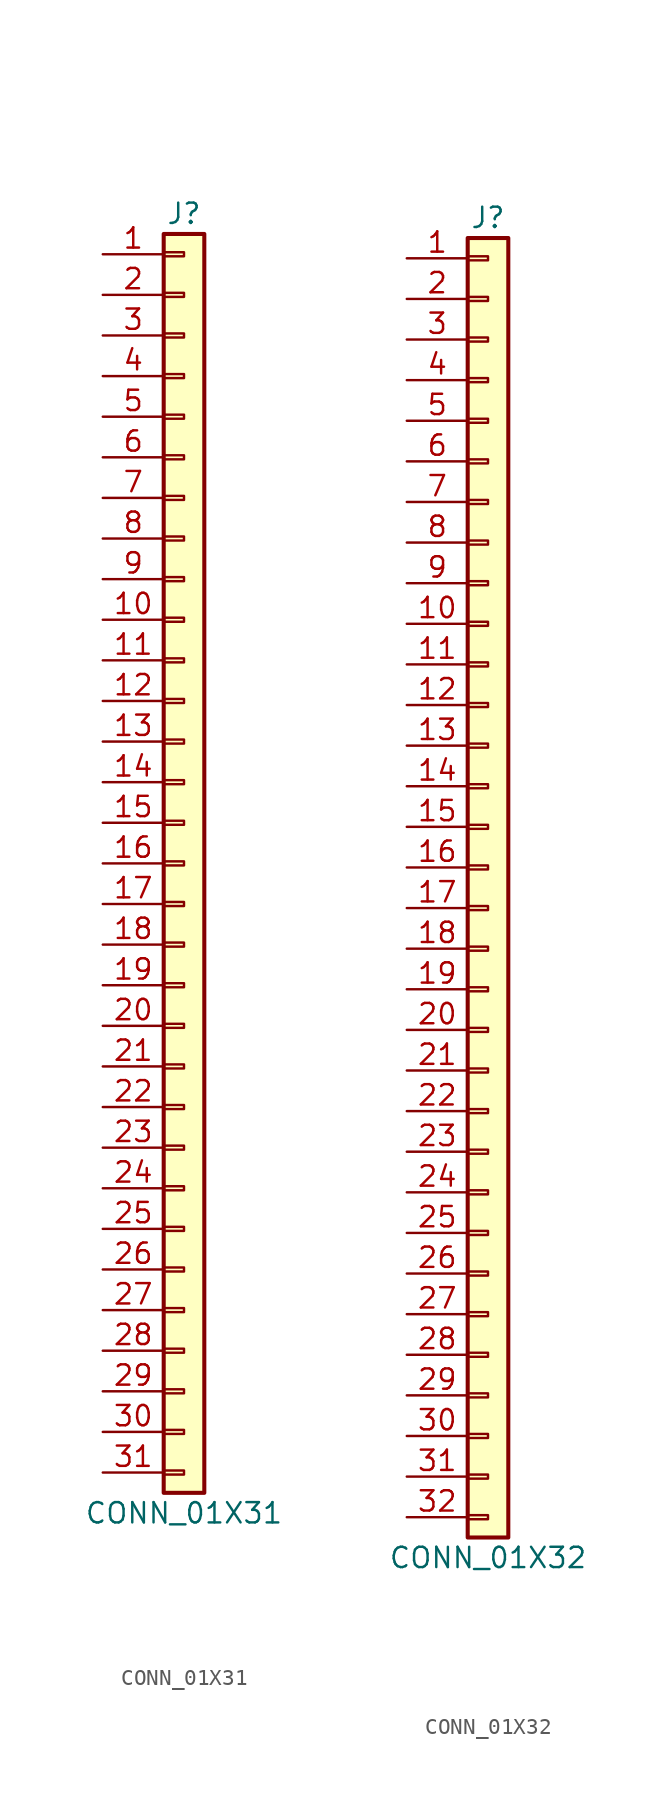
<source format=kicad_sym>
(kicad_symbol_lib
  (version 20211014)
  (generator kicad_symbol_editor)
  (symbol "CONN_01X31"
    (pin_names
      (offset 1.016) hide)
    (property "Reference" "J"
      (at 0 40.64 0)
      (effects (font (size 1.27 1.27))))
    (property "Value" "CONN_01X31"
      (at 0 -40.64 0)
      (effects (font (size 1.27 1.27))))
    (symbol "CONN_01X31_1_1"
      (rectangle (start -1.27 -37.973) (end 0 -38.227) (stroke (width 0.152) (type default) (color 0 0 0 0)) (fill (type none)))
      (rectangle (start -1.27 -35.433) (end 0 -35.687) (stroke (width 0.152) (type default) (color 0 0 0 0)) (fill (type none)))
      (rectangle (start -1.27 -32.893) (end 0 -33.147) (stroke (width 0.152) (type default) (color 0 0 0 0)) (fill (type none)))
      (rectangle (start -1.27 -30.353) (end 0 -30.607) (stroke (width 0.152) (type default) (color 0 0 0 0)) (fill (type none)))
      (rectangle (start -1.27 -27.813) (end 0 -28.067) (stroke (width 0.152) (type default) (color 0 0 0 0)) (fill (type none)))
      (rectangle (start -1.27 -25.273) (end 0 -25.527) (stroke (width 0.152) (type default) (color 0 0 0 0)) (fill (type none)))
      (rectangle (start -1.27 -22.733) (end 0 -22.987) (stroke (width 0.152) (type default) (color 0 0 0 0)) (fill (type none)))
      (rectangle (start -1.27 -20.193) (end 0 -20.447) (stroke (width 0.152) (type default) (color 0 0 0 0)) (fill (type none)))
      (rectangle (start -1.27 -17.653) (end 0 -17.907) (stroke (width 0.152) (type default) (color 0 0 0 0)) (fill (type none)))
      (rectangle (start -1.27 -15.113) (end 0 -15.367) (stroke (width 0.152) (type default) (color 0 0 0 0)) (fill (type none)))
      (rectangle (start -1.27 -12.573) (end 0 -12.827) (stroke (width 0.152) (type default) (color 0 0 0 0)) (fill (type none)))
      (rectangle (start -1.27 -10.033) (end 0 -10.287) (stroke (width 0.152) (type default) (color 0 0 0 0)) (fill (type none)))
      (rectangle (start -1.27 -7.493) (end 0 -7.747) (stroke (width 0.152) (type default) (color 0 0 0 0)) (fill (type none)))
      (rectangle (start -1.27 -4.953) (end 0 -5.207) (stroke (width 0.152) (type default) (color 0 0 0 0)) (fill (type none)))
      (rectangle (start -1.27 -2.413) (end 0 -2.667) (stroke (width 0.152) (type default) (color 0 0 0 0)) (fill (type none)))
      (rectangle (start -1.27 0.127) (end 0 -0.127) (stroke (width 0.152) (type default) (color 0 0 0 0)) (fill (type none)))
      (rectangle (start -1.27 2.667) (end 0 2.413) (stroke (width 0.152) (type default) (color 0 0 0 0)) (fill (type none)))
      (rectangle (start -1.27 5.207) (end 0 4.953) (stroke (width 0.152) (type default) (color 0 0 0 0)) (fill (type none)))
      (rectangle (start -1.27 7.747) (end 0 7.493) (stroke (width 0.152) (type default) (color 0 0 0 0)) (fill (type none)))
      (rectangle (start -1.27 10.287) (end 0 10.033) (stroke (width 0.152) (type default) (color 0 0 0 0)) (fill (type none)))
      (rectangle (start -1.27 12.827) (end 0 12.573) (stroke (width 0.152) (type default) (color 0 0 0 0)) (fill (type none)))
      (rectangle (start -1.27 15.367) (end 0 15.113) (stroke (width 0.152) (type default) (color 0 0 0 0)) (fill (type none)))
      (rectangle (start -1.27 17.907) (end 0 17.653) (stroke (width 0.152) (type default) (color 0 0 0 0)) (fill (type none)))
      (rectangle (start -1.27 20.447) (end 0 20.193) (stroke (width 0.152) (type default) (color 0 0 0 0)) (fill (type none)))
      (rectangle (start -1.27 22.987) (end 0 22.733) (stroke (width 0.152) (type default) (color 0 0 0 0)) (fill (type none)))
      (rectangle (start -1.27 25.527) (end 0 25.273) (stroke (width 0.152) (type default) (color 0 0 0 0)) (fill (type none)))
      (rectangle (start -1.27 28.067) (end 0 27.813) (stroke (width 0.152) (type default) (color 0 0 0 0)) (fill (type none)))
      (rectangle (start -1.27 30.607) (end 0 30.353) (stroke (width 0.152) (type default) (color 0 0 0 0)) (fill (type none)))
      (rectangle (start -1.27 33.147) (end 0 32.893) (stroke (width 0.152) (type default) (color 0 0 0 0)) (fill (type none)))
      (rectangle (start -1.27 35.687) (end 0 35.433) (stroke (width 0.152) (type default) (color 0 0 0 0)) (fill (type none)))
      (rectangle (start -1.27 38.227) (end 0 37.973) (stroke (width 0.152) (type default) (color 0 0 0 0)) (fill (type none)))
      (rectangle (start -1.27 39.37) (end 1.27 -39.37) (stroke (width 0.254) (type default) (color 0 0 0 0)) (fill (type background)))
      (pin passive line (at -5.08 38.1 0) (length 3.81) (name "Pin_1" (effects (font (size 1.27 1.27)))) (number "1" (effects (font (size 1.27 1.27)))))
      (pin passive line (at -5.08 15.24 0) (length 3.81) (name "Pin_10" (effects (font (size 1.27 1.27)))) (number "10" (effects (font (size 1.27 1.27)))))
      (pin passive line (at -5.08 12.7 0) (length 3.81) (name "Pin_11" (effects (font (size 1.27 1.27)))) (number "11" (effects (font (size 1.27 1.27)))))
      (pin passive line (at -5.08 10.16 0) (length 3.81) (name "Pin_12" (effects (font (size 1.27 1.27)))) (number "12" (effects (font (size 1.27 1.27)))))
      (pin passive line (at -5.08 7.62 0) (length 3.81) (name "Pin_13" (effects (font (size 1.27 1.27)))) (number "13" (effects (font (size 1.27 1.27)))))
      (pin passive line (at -5.08 5.08 0) (length 3.81) (name "Pin_14" (effects (font (size 1.27 1.27)))) (number "14" (effects (font (size 1.27 1.27)))))
      (pin passive line (at -5.08 2.54 0) (length 3.81) (name "Pin_15" (effects (font (size 1.27 1.27)))) (number "15" (effects (font (size 1.27 1.27)))))
      (pin passive line (at -5.08 0 0) (length 3.81) (name "Pin_16" (effects (font (size 1.27 1.27)))) (number "16" (effects (font (size 1.27 1.27)))))
      (pin passive line (at -5.08 -2.54 0) (length 3.81) (name "Pin_17" (effects (font (size 1.27 1.27)))) (number "17" (effects (font (size 1.27 1.27)))))
      (pin passive line (at -5.08 -5.08 0) (length 3.81) (name "Pin_18" (effects (font (size 1.27 1.27)))) (number "18" (effects (font (size 1.27 1.27)))))
      (pin passive line (at -5.08 -7.62 0) (length 3.81) (name "Pin_19" (effects (font (size 1.27 1.27)))) (number "19" (effects (font (size 1.27 1.27)))))
      (pin passive line (at -5.08 35.56 0) (length 3.81) (name "Pin_2" (effects (font (size 1.27 1.27)))) (number "2" (effects (font (size 1.27 1.27)))))
      (pin passive line (at -5.08 -10.16 0) (length 3.81) (name "Pin_20" (effects (font (size 1.27 1.27)))) (number "20" (effects (font (size 1.27 1.27)))))
      (pin passive line (at -5.08 -12.7 0) (length 3.81) (name "Pin_21" (effects (font (size 1.27 1.27)))) (number "21" (effects (font (size 1.27 1.27)))))
      (pin passive line (at -5.08 -15.24 0) (length 3.81) (name "Pin_22" (effects (font (size 1.27 1.27)))) (number "22" (effects (font (size 1.27 1.27)))))
      (pin passive line (at -5.08 -17.78 0) (length 3.81) (name "Pin_23" (effects (font (size 1.27 1.27)))) (number "23" (effects (font (size 1.27 1.27)))))
      (pin passive line (at -5.08 -20.32 0) (length 3.81) (name "Pin_24" (effects (font (size 1.27 1.27)))) (number "24" (effects (font (size 1.27 1.27)))))
      (pin passive line (at -5.08 -22.86 0) (length 3.81) (name "Pin_25" (effects (font (size 1.27 1.27)))) (number "25" (effects (font (size 1.27 1.27)))))
      (pin passive line (at -5.08 -25.4 0) (length 3.81) (name "Pin_26" (effects (font (size 1.27 1.27)))) (number "26" (effects (font (size 1.27 1.27)))))
      (pin passive line (at -5.08 -27.94 0) (length 3.81) (name "Pin_27" (effects (font (size 1.27 1.27)))) (number "27" (effects (font (size 1.27 1.27)))))
      (pin passive line (at -5.08 -30.48 0) (length 3.81) (name "Pin_28" (effects (font (size 1.27 1.27)))) (number "28" (effects (font (size 1.27 1.27)))))
      (pin passive line (at -5.08 -33.02 0) (length 3.81) (name "Pin_29" (effects (font (size 1.27 1.27)))) (number "29" (effects (font (size 1.27 1.27)))))
      (pin passive line (at -5.08 33.02 0) (length 3.81) (name "Pin_3" (effects (font (size 1.27 1.27)))) (number "3" (effects (font (size 1.27 1.27)))))
      (pin passive line (at -5.08 -35.56 0) (length 3.81) (name "Pin_30" (effects (font (size 1.27 1.27)))) (number "30" (effects (font (size 1.27 1.27)))))
      (pin passive line (at -5.08 -38.1 0) (length 3.81) (name "Pin_31" (effects (font (size 1.27 1.27)))) (number "31" (effects (font (size 1.27 1.27)))))
      (pin passive line (at -5.08 30.48 0) (length 3.81) (name "Pin_4" (effects (font (size 1.27 1.27)))) (number "4" (effects (font (size 1.27 1.27)))))
      (pin passive line (at -5.08 27.94 0) (length 3.81) (name "Pin_5" (effects (font (size 1.27 1.27)))) (number "5" (effects (font (size 1.27 1.27)))))
      (pin passive line (at -5.08 25.4 0) (length 3.81) (name "Pin_6" (effects (font (size 1.27 1.27)))) (number "6" (effects (font (size 1.27 1.27)))))
      (pin passive line (at -5.08 22.86 0) (length 3.81) (name "Pin_7" (effects (font (size 1.27 1.27)))) (number "7" (effects (font (size 1.27 1.27)))))
      (pin passive line (at -5.08 20.32 0) (length 3.81) (name "Pin_8" (effects (font (size 1.27 1.27)))) (number "8" (effects (font (size 1.27 1.27)))))
      (pin passive line (at -5.08 17.78 0) (length 3.81) (name "Pin_9" (effects (font (size 1.27 1.27)))) (number "9" (effects (font (size 1.27 1.27)))))))
  (symbol "CONN_01X32"
    (pin_names
      (offset 1.016) hide)
    (property "Reference" "J"
      (at 0 40.64 0)
      (effects (font (size 1.27 1.27))))
    (property "Value" "CONN_01X32"
      (at 0 -43.18 0)
      (effects (font (size 1.27 1.27))))
    (symbol "CONN_01X32_1_1"
      (rectangle (start -1.27 -40.513) (end 0 -40.767) (stroke (width 0.152) (type default) (color 0 0 0 0)) (fill (type none)))
      (rectangle (start -1.27 -37.973) (end 0 -38.227) (stroke (width 0.152) (type default) (color 0 0 0 0)) (fill (type none)))
      (rectangle (start -1.27 -35.433) (end 0 -35.687) (stroke (width 0.152) (type default) (color 0 0 0 0)) (fill (type none)))
      (rectangle (start -1.27 -32.893) (end 0 -33.147) (stroke (width 0.152) (type default) (color 0 0 0 0)) (fill (type none)))
      (rectangle (start -1.27 -30.353) (end 0 -30.607) (stroke (width 0.152) (type default) (color 0 0 0 0)) (fill (type none)))
      (rectangle (start -1.27 -27.813) (end 0 -28.067) (stroke (width 0.152) (type default) (color 0 0 0 0)) (fill (type none)))
      (rectangle (start -1.27 -25.273) (end 0 -25.527) (stroke (width 0.152) (type default) (color 0 0 0 0)) (fill (type none)))
      (rectangle (start -1.27 -22.733) (end 0 -22.987) (stroke (width 0.152) (type default) (color 0 0 0 0)) (fill (type none)))
      (rectangle (start -1.27 -20.193) (end 0 -20.447) (stroke (width 0.152) (type default) (color 0 0 0 0)) (fill (type none)))
      (rectangle (start -1.27 -17.653) (end 0 -17.907) (stroke (width 0.152) (type default) (color 0 0 0 0)) (fill (type none)))
      (rectangle (start -1.27 -15.113) (end 0 -15.367) (stroke (width 0.152) (type default) (color 0 0 0 0)) (fill (type none)))
      (rectangle (start -1.27 -12.573) (end 0 -12.827) (stroke (width 0.152) (type default) (color 0 0 0 0)) (fill (type none)))
      (rectangle (start -1.27 -10.033) (end 0 -10.287) (stroke (width 0.152) (type default) (color 0 0 0 0)) (fill (type none)))
      (rectangle (start -1.27 -7.493) (end 0 -7.747) (stroke (width 0.152) (type default) (color 0 0 0 0)) (fill (type none)))
      (rectangle (start -1.27 -4.953) (end 0 -5.207) (stroke (width 0.152) (type default) (color 0 0 0 0)) (fill (type none)))
      (rectangle (start -1.27 -2.413) (end 0 -2.667) (stroke (width 0.152) (type default) (color 0 0 0 0)) (fill (type none)))
      (rectangle (start -1.27 0.127) (end 0 -0.127) (stroke (width 0.152) (type default) (color 0 0 0 0)) (fill (type none)))
      (rectangle (start -1.27 2.667) (end 0 2.413) (stroke (width 0.152) (type default) (color 0 0 0 0)) (fill (type none)))
      (rectangle (start -1.27 5.207) (end 0 4.953) (stroke (width 0.152) (type default) (color 0 0 0 0)) (fill (type none)))
      (rectangle (start -1.27 7.747) (end 0 7.493) (stroke (width 0.152) (type default) (color 0 0 0 0)) (fill (type none)))
      (rectangle (start -1.27 10.287) (end 0 10.033) (stroke (width 0.152) (type default) (color 0 0 0 0)) (fill (type none)))
      (rectangle (start -1.27 12.827) (end 0 12.573) (stroke (width 0.152) (type default) (color 0 0 0 0)) (fill (type none)))
      (rectangle (start -1.27 15.367) (end 0 15.113) (stroke (width 0.152) (type default) (color 0 0 0 0)) (fill (type none)))
      (rectangle (start -1.27 17.907) (end 0 17.653) (stroke (width 0.152) (type default) (color 0 0 0 0)) (fill (type none)))
      (rectangle (start -1.27 20.447) (end 0 20.193) (stroke (width 0.152) (type default) (color 0 0 0 0)) (fill (type none)))
      (rectangle (start -1.27 22.987) (end 0 22.733) (stroke (width 0.152) (type default) (color 0 0 0 0)) (fill (type none)))
      (rectangle (start -1.27 25.527) (end 0 25.273) (stroke (width 0.152) (type default) (color 0 0 0 0)) (fill (type none)))
      (rectangle (start -1.27 28.067) (end 0 27.813) (stroke (width 0.152) (type default) (color 0 0 0 0)) (fill (type none)))
      (rectangle (start -1.27 30.607) (end 0 30.353) (stroke (width 0.152) (type default) (color 0 0 0 0)) (fill (type none)))
      (rectangle (start -1.27 33.147) (end 0 32.893) (stroke (width 0.152) (type default) (color 0 0 0 0)) (fill (type none)))
      (rectangle (start -1.27 35.687) (end 0 35.433) (stroke (width 0.152) (type default) (color 0 0 0 0)) (fill (type none)))
      (rectangle (start -1.27 38.227) (end 0 37.973) (stroke (width 0.152) (type default) (color 0 0 0 0)) (fill (type none)))
      (rectangle (start -1.27 39.37) (end 1.27 -41.91) (stroke (width 0.254) (type default) (color 0 0 0 0)) (fill (type background)))
      (pin passive line (at -5.08 38.1 0) (length 3.81) (name "Pin_1" (effects (font (size 1.27 1.27)))) (number "1" (effects (font (size 1.27 1.27)))))
      (pin passive line (at -5.08 15.24 0) (length 3.81) (name "Pin_10" (effects (font (size 1.27 1.27)))) (number "10" (effects (font (size 1.27 1.27)))))
      (pin passive line (at -5.08 12.7 0) (length 3.81) (name "Pin_11" (effects (font (size 1.27 1.27)))) (number "11" (effects (font (size 1.27 1.27)))))
      (pin passive line (at -5.08 10.16 0) (length 3.81) (name "Pin_12" (effects (font (size 1.27 1.27)))) (number "12" (effects (font (size 1.27 1.27)))))
      (pin passive line (at -5.08 7.62 0) (length 3.81) (name "Pin_13" (effects (font (size 1.27 1.27)))) (number "13" (effects (font (size 1.27 1.27)))))
      (pin passive line (at -5.08 5.08 0) (length 3.81) (name "Pin_14" (effects (font (size 1.27 1.27)))) (number "14" (effects (font (size 1.27 1.27)))))
      (pin passive line (at -5.08 2.54 0) (length 3.81) (name "Pin_15" (effects (font (size 1.27 1.27)))) (number "15" (effects (font (size 1.27 1.27)))))
      (pin passive line (at -5.08 0 0) (length 3.81) (name "Pin_16" (effects (font (size 1.27 1.27)))) (number "16" (effects (font (size 1.27 1.27)))))
      (pin passive line (at -5.08 -2.54 0) (length 3.81) (name "Pin_17" (effects (font (size 1.27 1.27)))) (number "17" (effects (font (size 1.27 1.27)))))
      (pin passive line (at -5.08 -5.08 0) (length 3.81) (name "Pin_18" (effects (font (size 1.27 1.27)))) (number "18" (effects (font (size 1.27 1.27)))))
      (pin passive line (at -5.08 -7.62 0) (length 3.81) (name "Pin_19" (effects (font (size 1.27 1.27)))) (number "19" (effects (font (size 1.27 1.27)))))
      (pin passive line (at -5.08 35.56 0) (length 3.81) (name "Pin_2" (effects (font (size 1.27 1.27)))) (number "2" (effects (font (size 1.27 1.27)))))
      (pin passive line (at -5.08 -10.16 0) (length 3.81) (name "Pin_20" (effects (font (size 1.27 1.27)))) (number "20" (effects (font (size 1.27 1.27)))))
      (pin passive line (at -5.08 -12.7 0) (length 3.81) (name "Pin_21" (effects (font (size 1.27 1.27)))) (number "21" (effects (font (size 1.27 1.27)))))
      (pin passive line (at -5.08 -15.24 0) (length 3.81) (name "Pin_22" (effects (font (size 1.27 1.27)))) (number "22" (effects (font (size 1.27 1.27)))))
      (pin passive line (at -5.08 -17.78 0) (length 3.81) (name "Pin_23" (effects (font (size 1.27 1.27)))) (number "23" (effects (font (size 1.27 1.27)))))
      (pin passive line (at -5.08 -20.32 0) (length 3.81) (name "Pin_24" (effects (font (size 1.27 1.27)))) (number "24" (effects (font (size 1.27 1.27)))))
      (pin passive line (at -5.08 -22.86 0) (length 3.81) (name "Pin_25" (effects (font (size 1.27 1.27)))) (number "25" (effects (font (size 1.27 1.27)))))
      (pin passive line (at -5.08 -25.4 0) (length 3.81) (name "Pin_26" (effects (font (size 1.27 1.27)))) (number "26" (effects (font (size 1.27 1.27)))))
      (pin passive line (at -5.08 -27.94 0) (length 3.81) (name "Pin_27" (effects (font (size 1.27 1.27)))) (number "27" (effects (font (size 1.27 1.27)))))
      (pin passive line (at -5.08 -30.48 0) (length 3.81) (name "Pin_28" (effects (font (size 1.27 1.27)))) (number "28" (effects (font (size 1.27 1.27)))))
      (pin passive line (at -5.08 -33.02 0) (length 3.81) (name "Pin_29" (effects (font (size 1.27 1.27)))) (number "29" (effects (font (size 1.27 1.27)))))
      (pin passive line (at -5.08 33.02 0) (length 3.81) (name "Pin_3" (effects (font (size 1.27 1.27)))) (number "3" (effects (font (size 1.27 1.27)))))
      (pin passive line (at -5.08 -35.56 0) (length 3.81) (name "Pin_30" (effects (font (size 1.27 1.27)))) (number "30" (effects (font (size 1.27 1.27)))))
      (pin passive line (at -5.08 -38.1 0) (length 3.81) (name "Pin_31" (effects (font (size 1.27 1.27)))) (number "31" (effects (font (size 1.27 1.27)))))
      (pin passive line (at -5.08 -40.64 0) (length 3.81) (name "Pin_32" (effects (font (size 1.27 1.27)))) (number "32" (effects (font (size 1.27 1.27)))))
      (pin passive line (at -5.08 30.48 0) (length 3.81) (name "Pin_4" (effects (font (size 1.27 1.27)))) (number "4" (effects (font (size 1.27 1.27)))))
      (pin passive line (at -5.08 27.94 0) (length 3.81) (name "Pin_5" (effects (font (size 1.27 1.27)))) (number "5" (effects (font (size 1.27 1.27)))))
      (pin passive line (at -5.08 25.4 0) (length 3.81) (name "Pin_6" (effects (font (size 1.27 1.27)))) (number "6" (effects (font (size 1.27 1.27)))))
      (pin passive line (at -5.08 22.86 0) (length 3.81) (name "Pin_7" (effects (font (size 1.27 1.27)))) (number "7" (effects (font (size 1.27 1.27)))))
      (pin passive line (at -5.08 20.32 0) (length 3.81) (name "Pin_8" (effects (font (size 1.27 1.27)))) (number "8" (effects (font (size 1.27 1.27)))))
      (pin passive line (at -5.08 17.78 0) (length 3.81) (name "Pin_9" (effects (font (size 1.27 1.27)))) (number "9" (effects (font (size 1.27 1.27))))))))
</source>
